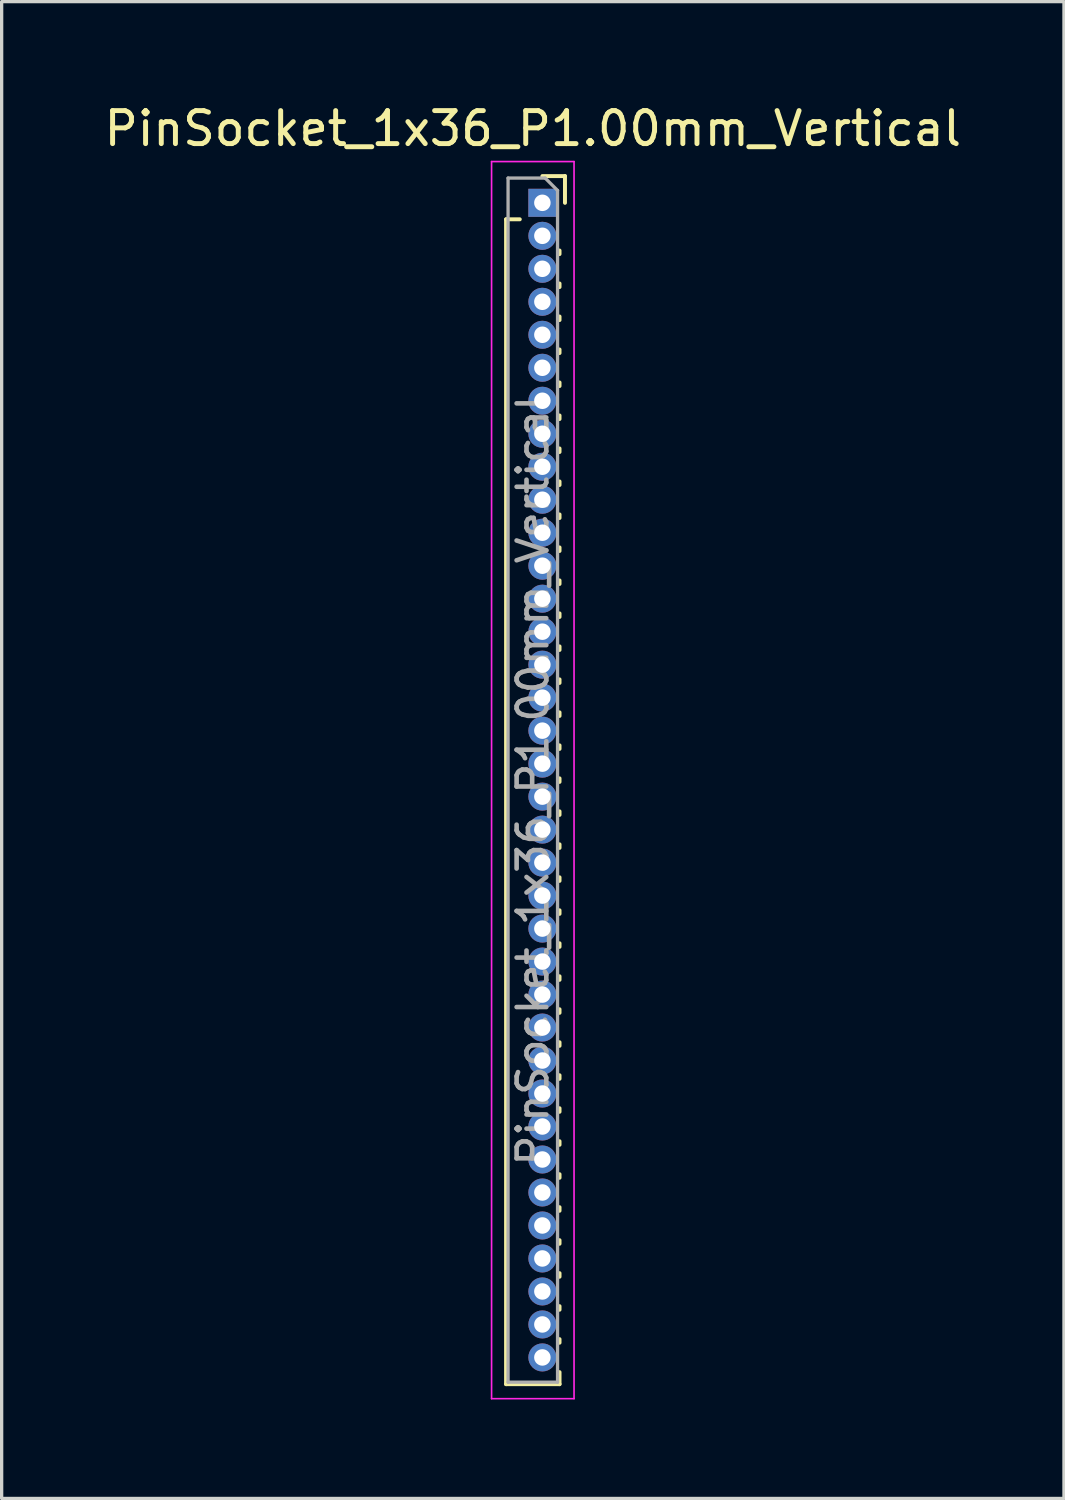
<source format=kicad_pcb>
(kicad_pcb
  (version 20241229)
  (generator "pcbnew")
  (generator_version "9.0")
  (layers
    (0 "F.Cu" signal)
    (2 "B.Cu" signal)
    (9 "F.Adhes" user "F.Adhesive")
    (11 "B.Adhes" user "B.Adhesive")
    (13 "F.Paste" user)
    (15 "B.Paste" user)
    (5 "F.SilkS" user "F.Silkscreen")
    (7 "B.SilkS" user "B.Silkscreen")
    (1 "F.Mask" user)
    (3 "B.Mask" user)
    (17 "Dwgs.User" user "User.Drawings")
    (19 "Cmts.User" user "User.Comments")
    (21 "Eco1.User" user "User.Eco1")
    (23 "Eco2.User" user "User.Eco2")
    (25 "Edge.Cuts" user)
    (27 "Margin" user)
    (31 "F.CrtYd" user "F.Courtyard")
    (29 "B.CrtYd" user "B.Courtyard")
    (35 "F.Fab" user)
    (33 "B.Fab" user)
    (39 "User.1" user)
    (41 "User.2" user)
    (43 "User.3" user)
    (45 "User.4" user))
  (footprint "PinSocket_1x36_P1.00mm_Vertical"
    (layer "F.Cu")
    (at 13.391 3.098)
    (property "Reference" "PinSocket_1x36_P1.00mm_Vertical" (at -0.29 -2.25 0) (layer "F.SilkS") (effects (font (size 1 1) (thickness 0.15))))
    (attr through_hole)
    (fp_line (start -1.1 0.5) (end -1.1 35.81) (stroke (width 0.12) (type solid)) (layer "F.SilkS"))
    (fp_line (start -1.1 0.5) (end -0.685 0.5) (stroke (width 0.12) (type solid)) (layer "F.SilkS"))
    (fp_line (start -1.1 35.81) (end 0.52 35.81) (stroke (width 0.12) (type solid)) (layer "F.SilkS"))
    (fp_line (start 0 -0.81) (end 0.685 -0.81) (stroke (width 0.12) (type solid)) (layer "F.SilkS"))
    (fp_line (start 0.52 1.446) (end 0.52 1.554) (stroke (width 0.12) (type solid)) (layer "F.SilkS"))
    (fp_line (start 0.52 2.446) (end 0.52 2.554) (stroke (width 0.12) (type solid)) (layer "F.SilkS"))
    (fp_line (start 0.52 3.446) (end 0.52 3.554) (stroke (width 0.12) (type solid)) (layer "F.SilkS"))
    (fp_line (start 0.52 4.446) (end 0.52 4.554) (stroke (width 0.12) (type solid)) (layer "F.SilkS"))
    (fp_line (start 0.52 5.446) (end 0.52 5.554) (stroke (width 0.12) (type solid)) (layer "F.SilkS"))
    (fp_line (start 0.52 6.446) (end 0.52 6.554) (stroke (width 0.12) (type solid)) (layer "F.SilkS"))
    (fp_line (start 0.52 7.446) (end 0.52 7.554) (stroke (width 0.12) (type solid)) (layer "F.SilkS"))
    (fp_line (start 0.52 8.446) (end 0.52 8.554) (stroke (width 0.12) (type solid)) (layer "F.SilkS"))
    (fp_line (start 0.52 9.446) (end 0.52 9.554) (stroke (width 0.12) (type solid)) (layer "F.SilkS"))
    (fp_line (start 0.52 10.446) (end 0.52 10.554) (stroke (width 0.12) (type solid)) (layer "F.SilkS"))
    (fp_line (start 0.52 11.446) (end 0.52 11.554) (stroke (width 0.12) (type solid)) (layer "F.SilkS"))
    (fp_line (start 0.52 12.446) (end 0.52 12.554) (stroke (width 0.12) (type solid)) (layer "F.SilkS"))
    (fp_line (start 0.52 13.446) (end 0.52 13.554) (stroke (width 0.12) (type solid)) (layer "F.SilkS"))
    (fp_line (start 0.52 14.446) (end 0.52 14.554) (stroke (width 0.12) (type solid)) (layer "F.SilkS"))
    (fp_line (start 0.52 15.446) (end 0.52 15.554) (stroke (width 0.12) (type solid)) (layer "F.SilkS"))
    (fp_line (start 0.52 16.446) (end 0.52 16.554) (stroke (width 0.12) (type solid)) (layer "F.SilkS"))
    (fp_line (start 0.52 17.446) (end 0.52 17.554) (stroke (width 0.12) (type solid)) (layer "F.SilkS"))
    (fp_line (start 0.52 18.446) (end 0.52 18.554) (stroke (width 0.12) (type solid)) (layer "F.SilkS"))
    (fp_line (start 0.52 19.446) (end 0.52 19.554) (stroke (width 0.12) (type solid)) (layer "F.SilkS"))
    (fp_line (start 0.52 20.446) (end 0.52 20.554) (stroke (width 0.12) (type solid)) (layer "F.SilkS"))
    (fp_line (start 0.52 21.446) (end 0.52 21.554) (stroke (width 0.12) (type solid)) (layer "F.SilkS"))
    (fp_line (start 0.52 22.446) (end 0.52 22.554) (stroke (width 0.12) (type solid)) (layer "F.SilkS"))
    (fp_line (start 0.52 23.446) (end 0.52 23.554) (stroke (width 0.12) (type solid)) (layer "F.SilkS"))
    (fp_line (start 0.52 24.446) (end 0.52 24.554) (stroke (width 0.12) (type solid)) (layer "F.SilkS"))
    (fp_line (start 0.52 25.446) (end 0.52 25.554) (stroke (width 0.12) (type solid)) (layer "F.SilkS"))
    (fp_line (start 0.52 26.446) (end 0.52 26.554) (stroke (width 0.12) (type solid)) (layer "F.SilkS"))
    (fp_line (start 0.52 27.446) (end 0.52 27.554) (stroke (width 0.12) (type solid)) (layer "F.SilkS"))
    (fp_line (start 0.52 28.446) (end 0.52 28.554) (stroke (width 0.12) (type solid)) (layer "F.SilkS"))
    (fp_line (start 0.52 29.446) (end 0.52 29.554) (stroke (width 0.12) (type solid)) (layer "F.SilkS"))
    (fp_line (start 0.52 30.446) (end 0.52 30.554) (stroke (width 0.12) (type solid)) (layer "F.SilkS"))
    (fp_line (start 0.52 31.446) (end 0.52 31.554) (stroke (width 0.12) (type solid)) (layer "F.SilkS"))
    (fp_line (start 0.52 32.446) (end 0.52 32.554) (stroke (width 0.12) (type solid)) (layer "F.SilkS"))
    (fp_line (start 0.52 33.446) (end 0.52 33.554) (stroke (width 0.12) (type solid)) (layer "F.SilkS"))
    (fp_line (start 0.52 34.446) (end 0.52 34.554) (stroke (width 0.12) (type solid)) (layer "F.SilkS"))
    (fp_line (start 0.52 35.446) (end 0.52 35.81) (stroke (width 0.12) (type solid)) (layer "F.SilkS"))
    (fp_line (start 0.685 -0.81) (end 0.685 0) (stroke (width 0.12) (type solid)) (layer "F.SilkS"))
    (fp_line (start -1.54 -1.25) (end 0.96 -1.25) (stroke (width 0.05) (type solid)) (layer "F.CrtYd"))
    (fp_line (start -1.54 36.25) (end -1.54 -1.25) (stroke (width 0.05) (type solid)) (layer "F.CrtYd"))
    (fp_line (start 0.96 -1.25) (end 0.96 36.25) (stroke (width 0.05) (type solid)) (layer "F.CrtYd"))
    (fp_line (start 0.96 36.25) (end -1.54 36.25) (stroke (width 0.05) (type solid)) (layer "F.CrtYd"))
    (fp_line (start -1.04 -0.75) (end 0.085 -0.75) (stroke (width 0.1) (type solid)) (layer "F.Fab"))
    (fp_line (start -1.04 35.75) (end -1.04 -0.75) (stroke (width 0.1) (type solid)) (layer "F.Fab"))
    (fp_line (start 0.085 -0.75) (end 0.46 -0.375) (stroke (width 0.1) (type solid)) (layer "F.Fab"))
    (fp_line (start 0.46 -0.375) (end 0.46 35.75) (stroke (width 0.1) (type solid)) (layer "F.Fab"))
    (fp_line (start 0.46 35.75) (end -1.04 35.75) (stroke (width 0.1) (type solid)) (layer "F.Fab"))
    (fp_text user "${REFERENCE}" (at -0.29 17.5 90) (layer "F.Fab") (effects (font (size 0.9 0.9) (thickness 0.14))))
    (pad "1" thru_hole rect (at 0 0) (size 0.85 0.85) (drill 0.5) (layers "*.Cu" "*.Mask"))
    (pad "2" thru_hole oval (at 0 1) (size 0.85 0.85) (drill 0.5) (layers "*.Cu" "*.Mask"))
    (pad "3" thru_hole oval (at 0 2) (size 0.85 0.85) (drill 0.5) (layers "*.Cu" "*.Mask"))
    (pad "4" thru_hole oval (at 0 3) (size 0.85 0.85) (drill 0.5) (layers "*.Cu" "*.Mask"))
    (pad "5" thru_hole oval (at 0 4) (size 0.85 0.85) (drill 0.5) (layers "*.Cu" "*.Mask"))
    (pad "6" thru_hole oval (at 0 5) (size 0.85 0.85) (drill 0.5) (layers "*.Cu" "*.Mask"))
    (pad "7" thru_hole oval (at 0 6) (size 0.85 0.85) (drill 0.5) (layers "*.Cu" "*.Mask"))
    (pad "8" thru_hole oval (at 0 7) (size 0.85 0.85) (drill 0.5) (layers "*.Cu" "*.Mask"))
    (pad "9" thru_hole oval (at 0 8) (size 0.85 0.85) (drill 0.5) (layers "*.Cu" "*.Mask"))
    (pad "10" thru_hole oval (at 0 9) (size 0.85 0.85) (drill 0.5) (layers "*.Cu" "*.Mask"))
    (pad "11" thru_hole oval (at 0 10) (size 0.85 0.85) (drill 0.5) (layers "*.Cu" "*.Mask"))
    (pad "12" thru_hole oval (at 0 11) (size 0.85 0.85) (drill 0.5) (layers "*.Cu" "*.Mask"))
    (pad "13" thru_hole oval (at 0 12) (size 0.85 0.85) (drill 0.5) (layers "*.Cu" "*.Mask"))
    (pad "14" thru_hole oval (at 0 13) (size 0.85 0.85) (drill 0.5) (layers "*.Cu" "*.Mask"))
    (pad "15" thru_hole oval (at 0 14) (size 0.85 0.85) (drill 0.5) (layers "*.Cu" "*.Mask"))
    (pad "16" thru_hole oval (at 0 15) (size 0.85 0.85) (drill 0.5) (layers "*.Cu" "*.Mask"))
    (pad "17" thru_hole oval (at 0 16) (size 0.85 0.85) (drill 0.5) (layers "*.Cu" "*.Mask"))
    (pad "18" thru_hole oval (at 0 17) (size 0.85 0.85) (drill 0.5) (layers "*.Cu" "*.Mask"))
    (pad "19" thru_hole oval (at 0 18) (size 0.85 0.85) (drill 0.5) (layers "*.Cu" "*.Mask"))
    (pad "20" thru_hole oval (at 0 19) (size 0.85 0.85) (drill 0.5) (layers "*.Cu" "*.Mask"))
    (pad "21" thru_hole oval (at 0 20) (size 0.85 0.85) (drill 0.5) (layers "*.Cu" "*.Mask"))
    (pad "22" thru_hole oval (at 0 21) (size 0.85 0.85) (drill 0.5) (layers "*.Cu" "*.Mask"))
    (pad "23" thru_hole oval (at 0 22) (size 0.85 0.85) (drill 0.5) (layers "*.Cu" "*.Mask"))
    (pad "24" thru_hole oval (at 0 23) (size 0.85 0.85) (drill 0.5) (layers "*.Cu" "*.Mask"))
    (pad "25" thru_hole oval (at 0 24) (size 0.85 0.85) (drill 0.5) (layers "*.Cu" "*.Mask"))
    (pad "26" thru_hole oval (at 0 25) (size 0.85 0.85) (drill 0.5) (layers "*.Cu" "*.Mask"))
    (pad "27" thru_hole oval (at 0 26) (size 0.85 0.85) (drill 0.5) (layers "*.Cu" "*.Mask"))
    (pad "28" thru_hole oval (at 0 27) (size 0.85 0.85) (drill 0.5) (layers "*.Cu" "*.Mask"))
    (pad "29" thru_hole oval (at 0 28) (size 0.85 0.85) (drill 0.5) (layers "*.Cu" "*.Mask"))
    (pad "30" thru_hole oval (at 0 29) (size 0.85 0.85) (drill 0.5) (layers "*.Cu" "*.Mask"))
    (pad "31" thru_hole oval (at 0 30) (size 0.85 0.85) (drill 0.5) (layers "*.Cu" "*.Mask"))
    (pad "32" thru_hole oval (at 0 31) (size 0.85 0.85) (drill 0.5) (layers "*.Cu" "*.Mask"))
    (pad "33" thru_hole oval (at 0 32) (size 0.85 0.85) (drill 0.5) (layers "*.Cu" "*.Mask"))
    (pad "34" thru_hole oval (at 0 33) (size 0.85 0.85) (drill 0.5) (layers "*.Cu" "*.Mask"))
    (pad "35" thru_hole oval (at 0 34) (size 0.85 0.85) (drill 0.5) (layers "*.Cu" "*.Mask"))
    (pad "36" thru_hole oval (at 0 35) (size 0.85 0.85) (drill 0.5) (layers "*.Cu" "*.Mask")))
  (gr_rect
    (start -3 -3)
    (end 29.202 42.373)
    (stroke (width 0.1) (type default))
    (fill no)
    (layer "Edge.Cuts")))
</source>
